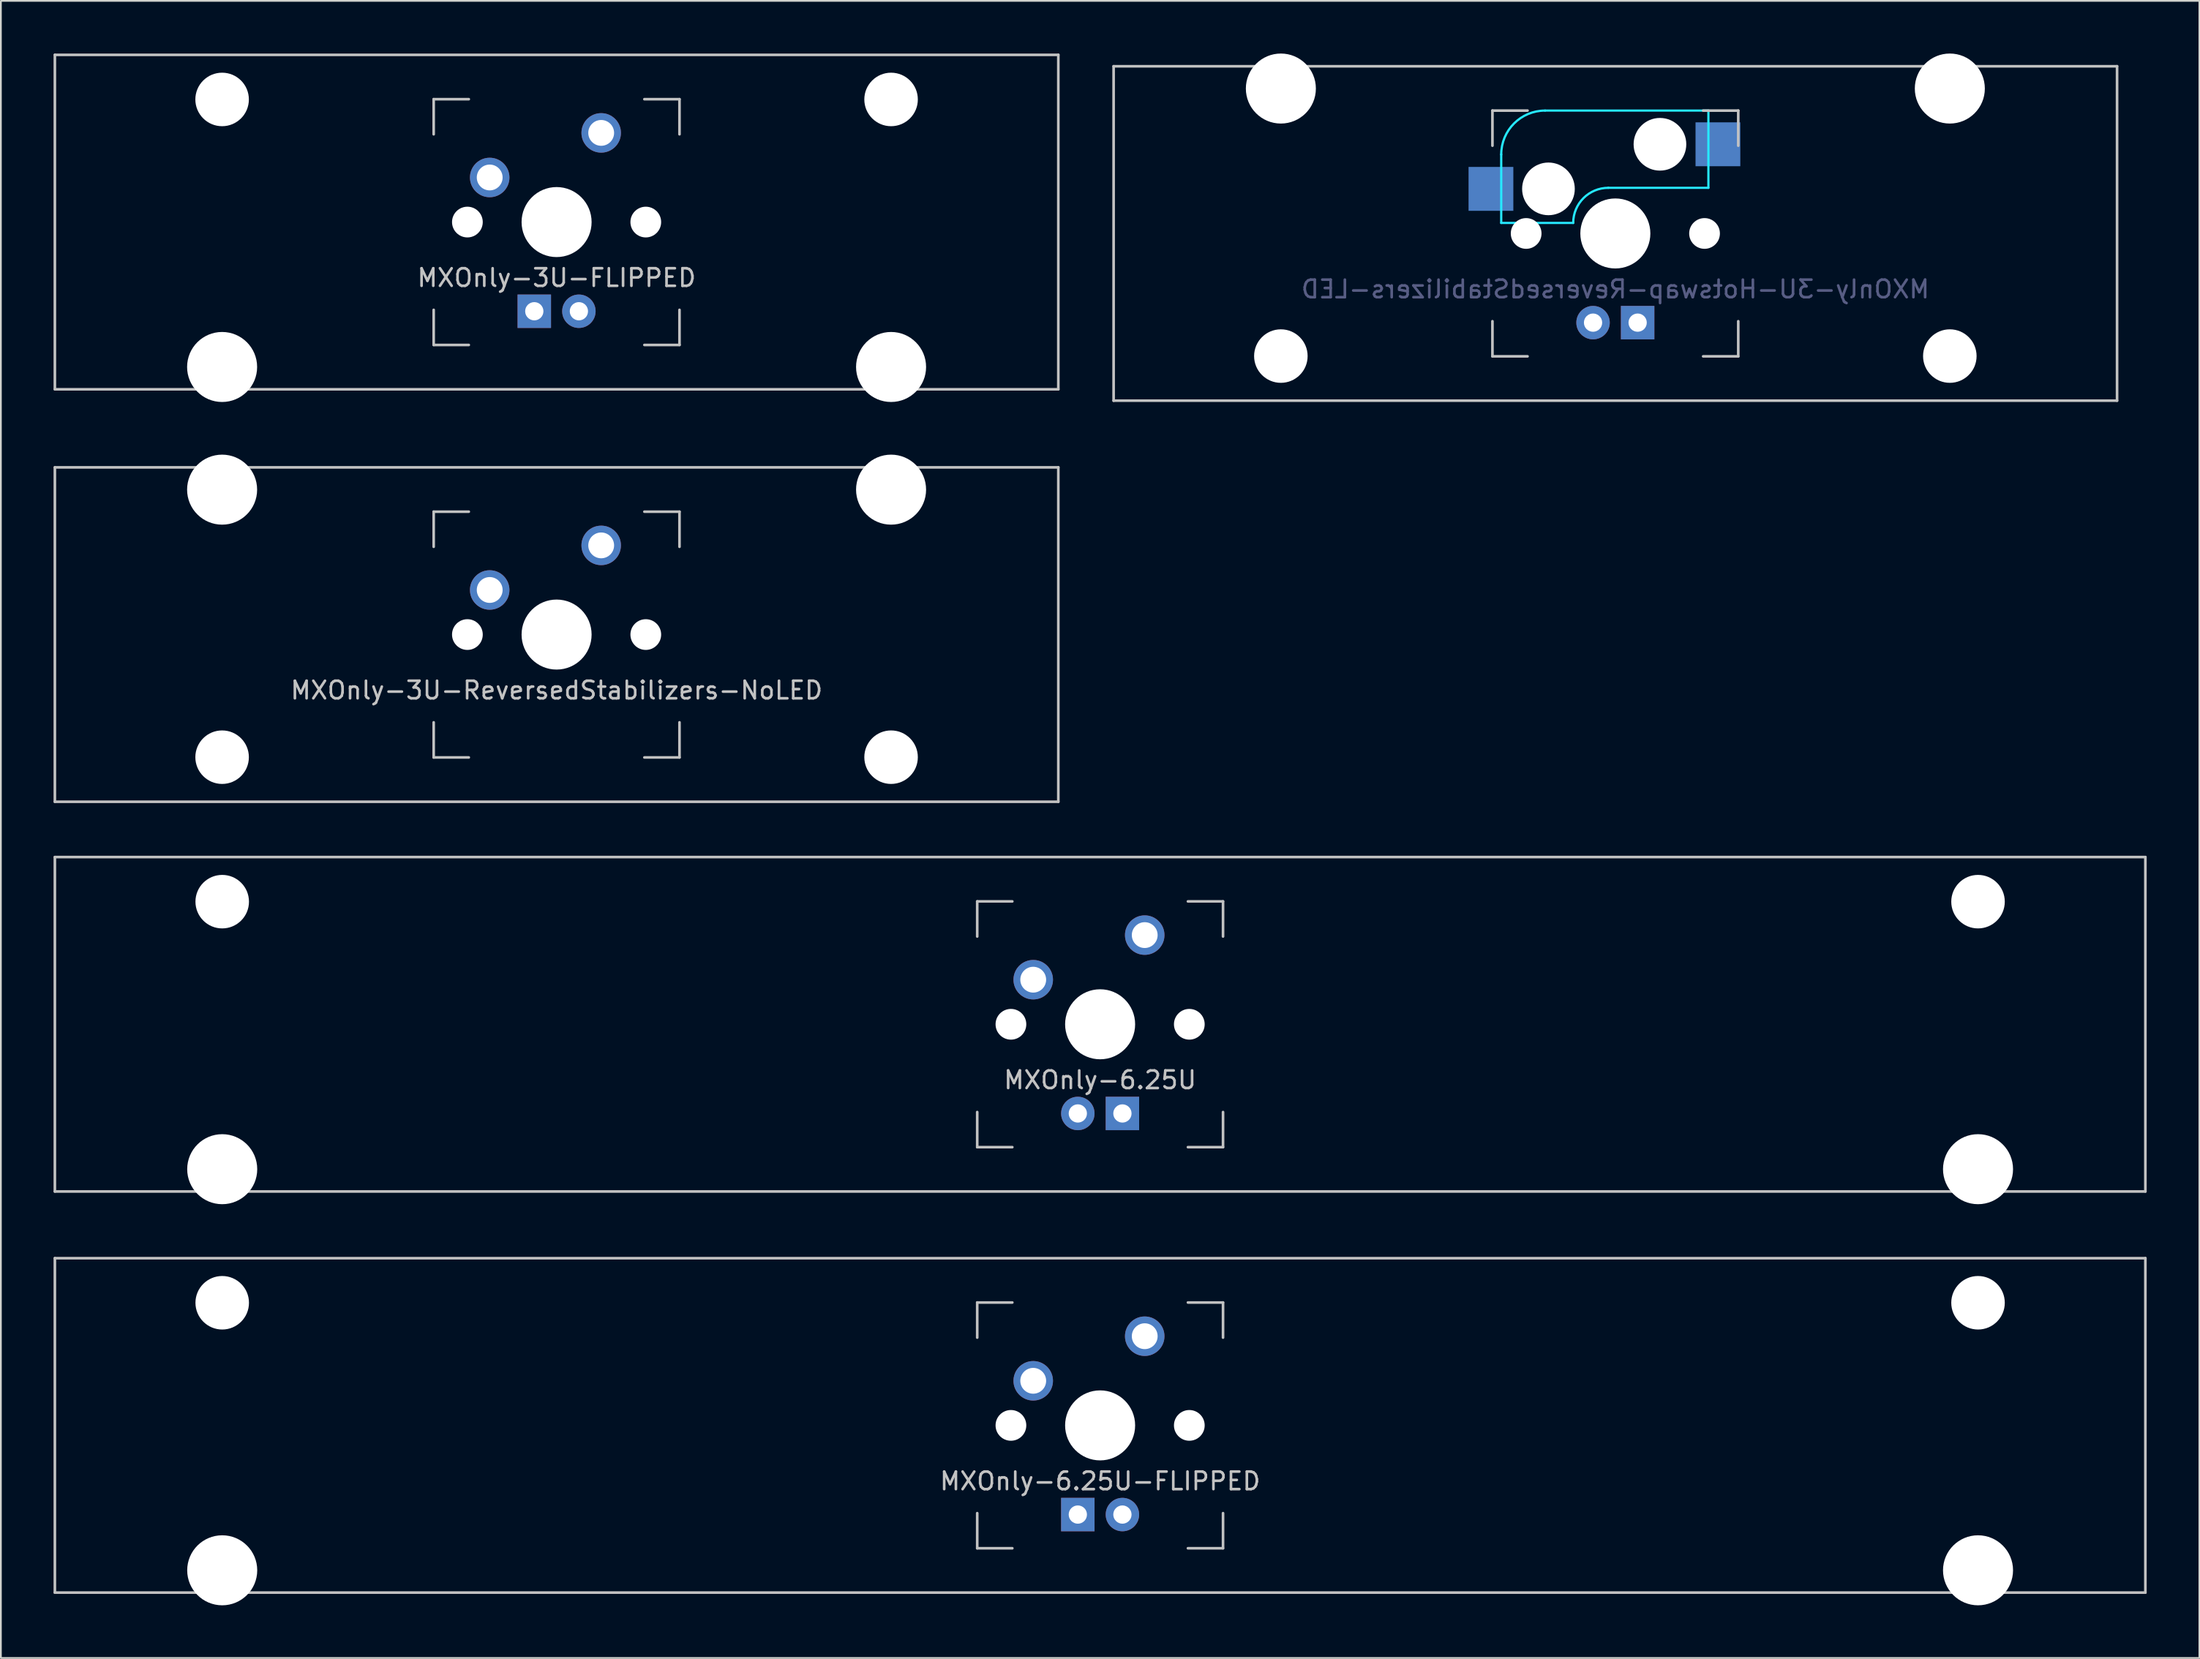
<source format=kicad_pcb>
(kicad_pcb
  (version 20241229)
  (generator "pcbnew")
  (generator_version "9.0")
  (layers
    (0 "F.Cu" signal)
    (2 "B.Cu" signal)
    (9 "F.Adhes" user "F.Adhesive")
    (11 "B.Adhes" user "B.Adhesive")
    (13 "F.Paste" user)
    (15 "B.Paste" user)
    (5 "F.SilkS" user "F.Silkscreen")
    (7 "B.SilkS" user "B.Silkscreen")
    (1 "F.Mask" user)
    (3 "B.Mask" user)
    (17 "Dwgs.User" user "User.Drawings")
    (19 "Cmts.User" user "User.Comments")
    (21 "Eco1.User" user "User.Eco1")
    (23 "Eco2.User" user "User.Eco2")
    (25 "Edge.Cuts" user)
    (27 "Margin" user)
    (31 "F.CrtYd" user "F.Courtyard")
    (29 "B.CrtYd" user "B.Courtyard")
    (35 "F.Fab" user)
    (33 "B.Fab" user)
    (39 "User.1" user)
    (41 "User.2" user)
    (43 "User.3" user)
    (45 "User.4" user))
  (footprint "MXOnly-6.25U"
    (layer "F.Cu")
    (at 59.606 55.298)
    (property "Reference" "MXOnly-6.25U" (at 0 3.175 0) (layer "Dwgs.User") (effects (font (size 1 1) (thickness 0.15))))
    (attr through_hole)
    (fp_line (start -59.531 -9.525) (end 59.531 -9.525) (stroke (width 0.15) (type solid)) (layer "Dwgs.User"))
    (fp_line (start -59.531 9.525) (end -59.531 -9.525) (stroke (width 0.15) (type solid)) (layer "Dwgs.User"))
    (fp_line (start -59.531 9.525) (end 59.531 9.525) (stroke (width 0.15) (type solid)) (layer "Dwgs.User"))
    (fp_line (start -7 -7) (end -7 -5) (stroke (width 0.15) (type solid)) (layer "Dwgs.User"))
    (fp_line (start -7 5) (end -7 7) (stroke (width 0.15) (type solid)) (layer "Dwgs.User"))
    (fp_line (start -7 7) (end -5 7) (stroke (width 0.15) (type solid)) (layer "Dwgs.User"))
    (fp_line (start -5 -7) (end -7 -7) (stroke (width 0.15) (type solid)) (layer "Dwgs.User"))
    (fp_line (start 5 -7) (end 7 -7) (stroke (width 0.15) (type solid)) (layer "Dwgs.User"))
    (fp_line (start 5 7) (end 7 7) (stroke (width 0.15) (type solid)) (layer "Dwgs.User"))
    (fp_line (start 7 -7) (end 7 -5) (stroke (width 0.15) (type solid)) (layer "Dwgs.User"))
    (fp_line (start 7 7) (end 7 5) (stroke (width 0.15) (type solid)) (layer "Dwgs.User"))
    (fp_line (start 59.531 -9.525) (end 59.531 9.525) (stroke (width 0.15) (type solid)) (layer "Dwgs.User"))
    (pad "" np_thru_hole circle (at -50 -6.985) (size 3.048 3.048) (drill 3.048) (layers "*.Cu" "*.Mask"))
    (pad "" np_thru_hole circle (at -50 8.255) (size 3.988 3.988) (drill 3.988) (layers "*.Cu" "*.Mask"))
    (pad "" np_thru_hole circle (at -5.08 0 48.1) (size 1.75 1.75) (drill 1.75) (layers "*.Cu" "*.Mask"))
    (pad "" np_thru_hole circle (at 0 0) (size 3.988 3.988) (drill 3.988) (layers "*.Cu" "*.Mask"))
    (pad "" np_thru_hole circle (at 5.08 0 48.1) (size 1.75 1.75) (drill 1.75) (layers "*.Cu" "*.Mask"))
    (pad "" np_thru_hole circle (at 50 -6.985) (size 3.048 3.048) (drill 3.048) (layers "*.Cu" "*.Mask"))
    (pad "" np_thru_hole circle (at 50 8.255) (size 3.988 3.988) (drill 3.988) (layers "*.Cu" "*.Mask"))
    (pad "1" thru_hole circle (at -3.81 -2.54) (size 2.25 2.25) (drill 1.47) (layers "*.Cu" "B.Mask"))
    (pad "2" thru_hole circle (at 2.54 -5.08) (size 2.25 2.25) (drill 1.47) (layers "*.Cu" "B.Mask"))
    (pad "3" thru_hole circle (at -1.27 5.08) (size 1.905 1.905) (drill 1.04) (layers "*.Cu" "B.Mask"))
    (pad "4" thru_hole rect (at 1.27 5.08) (size 1.905 1.905) (drill 1.04) (layers "*.Cu" "B.Mask")))
  (footprint "MXOnly-3U-Hotswap-ReversedStabilizers-LED"
    (layer "F.Cu")
    (at 88.95 10.249)
    (property "Reference" "MXOnly-3U-Hotswap-ReversedStabilizers-LED" (at 0 3.175 0) (layer "B.Fab") (effects (font (size 1 1) (thickness 0.15)) (justify mirror)))
    (attr through_hole)
    (fp_line (start -28.575 -9.525) (end 28.575 -9.525) (stroke (width 0.15) (type solid)) (layer "Dwgs.User"))
    (fp_line (start -28.575 9.525) (end -28.575 -9.525) (stroke (width 0.15) (type solid)) (layer "Dwgs.User"))
    (fp_line (start -28.575 9.525) (end 28.575 9.525) (stroke (width 0.15) (type solid)) (layer "Dwgs.User"))
    (fp_line (start -7 -7) (end -7 -5) (stroke (width 0.15) (type solid)) (layer "Dwgs.User"))
    (fp_line (start -7 5) (end -7 7) (stroke (width 0.15) (type solid)) (layer "Dwgs.User"))
    (fp_line (start -7 7) (end -5 7) (stroke (width 0.15) (type solid)) (layer "Dwgs.User"))
    (fp_line (start -5 -7) (end -7 -7) (stroke (width 0.15) (type solid)) (layer "Dwgs.User"))
    (fp_line (start 5 -7) (end 7 -7) (stroke (width 0.15) (type solid)) (layer "Dwgs.User"))
    (fp_line (start 5 7) (end 7 7) (stroke (width 0.15) (type solid)) (layer "Dwgs.User"))
    (fp_line (start 7 -7) (end 7 -5) (stroke (width 0.15) (type solid)) (layer "Dwgs.User"))
    (fp_line (start 7 7) (end 7 5) (stroke (width 0.15) (type solid)) (layer "Dwgs.User"))
    (fp_line (start 28.575 -9.525) (end 28.575 9.525) (stroke (width 0.15) (type solid)) (layer "Dwgs.User"))
    (fp_line (start -6.5 -4.5) (end -6.5 -0.6) (stroke (width 0.127) (type solid)) (layer "B.CrtYd"))
    (fp_line (start -6.5 -0.6) (end -2.4 -0.6) (stroke (width 0.127) (type solid)) (layer "B.CrtYd"))
    (fp_line (start -0.4 -2.6) (end 5.3 -2.6) (stroke (width 0.127) (type solid)) (layer "B.CrtYd"))
    (fp_line (start 5.3 -7) (end -4 -7) (stroke (width 0.127) (type solid)) (layer "B.CrtYd"))
    (fp_line (start 5.3 -7) (end 5.3 -2.6) (stroke (width 0.127) (type solid)) (layer "B.CrtYd"))
    (fp_arc (start -6.5 -4.5) (mid -5.767767 -6.267767) (end -4 -7) (stroke (width 0.127) (type solid)) (layer "B.CrtYd"))
    (fp_arc (start -2.4 -0.6) (mid -1.814214 -2.014214) (end -0.4 -2.6) (stroke (width 0.127) (type solid)) (layer "B.CrtYd"))
    (pad "" np_thru_hole circle (at -19.05 -8.255) (size 3.988 3.988) (drill 3.988) (layers "*.Cu" "*.Mask"))
    (pad "" np_thru_hole circle (at -19.05 6.985) (size 3.048 3.048) (drill 3.048) (layers "*.Cu" "*.Mask"))
    (pad "" np_thru_hole circle (at -5.08 0 48.1) (size 1.75 1.75) (drill 1.75) (layers "*.Cu" "*.Mask"))
    (pad "" np_thru_hole circle (at -3.81 -2.54) (size 3 3) (drill 3) (layers "*.Cu" "*.Mask"))
    (pad "" np_thru_hole circle (at 0 0) (size 3.988 3.988) (drill 3.988) (layers "*.Cu" "*.Mask"))
    (pad "" np_thru_hole circle (at 2.54 -5.08) (size 3 3) (drill 3) (layers "*.Cu" "*.Mask"))
    (pad "" np_thru_hole circle (at 5.08 0 48.1) (size 1.75 1.75) (drill 1.75) (layers "*.Cu" "*.Mask"))
    (pad "" np_thru_hole circle (at 19.05 -8.255) (size 3.988 3.988) (drill 3.988) (layers "*.Cu" "*.Mask"))
    (pad "" np_thru_hole circle (at 19.05 6.985) (size 3.048 3.048) (drill 3.048) (layers "*.Cu" "*.Mask"))
    (pad "1" smd rect (at -7.085 -2.54) (size 2.55 2.5) (layers "B.Cu" "B.Mask" "B.Paste"))
    (pad "2" smd rect (at 5.842 -5.08) (size 2.55 2.5) (layers "B.Cu" "B.Mask" "B.Paste"))
    (pad "3" thru_hole circle (at -1.27 5.08 180) (size 1.905 1.905) (drill 1.04) (layers "*.Cu" "B.Mask"))
    (pad "4" thru_hole rect (at 1.27 5.08 180) (size 1.905 1.905) (drill 1.04) (layers "*.Cu" "B.Mask")))
  (footprint "MXOnly-3U-ReversedStabilizers-NoLED"
    (layer "F.Cu")
    (at 28.65 33.098)
    (property "Reference" "MXOnly-3U-ReversedStabilizers-NoLED" (at 0 3.175 0) (layer "Dwgs.User") (effects (font (size 1 1) (thickness 0.15))))
    (attr through_hole)
    (fp_line (start -28.575 -9.525) (end 28.575 -9.525) (stroke (width 0.15) (type solid)) (layer "Dwgs.User"))
    (fp_line (start -28.575 9.525) (end -28.575 -9.525) (stroke (width 0.15) (type solid)) (layer "Dwgs.User"))
    (fp_line (start -28.575 9.525) (end 28.575 9.525) (stroke (width 0.15) (type solid)) (layer "Dwgs.User"))
    (fp_line (start -7 -7) (end -7 -5) (stroke (width 0.15) (type solid)) (layer "Dwgs.User"))
    (fp_line (start -7 5) (end -7 7) (stroke (width 0.15) (type solid)) (layer "Dwgs.User"))
    (fp_line (start -7 7) (end -5 7) (stroke (width 0.15) (type solid)) (layer "Dwgs.User"))
    (fp_line (start -5 -7) (end -7 -7) (stroke (width 0.15) (type solid)) (layer "Dwgs.User"))
    (fp_line (start 5 -7) (end 7 -7) (stroke (width 0.15) (type solid)) (layer "Dwgs.User"))
    (fp_line (start 5 7) (end 7 7) (stroke (width 0.15) (type solid)) (layer "Dwgs.User"))
    (fp_line (start 7 -7) (end 7 -5) (stroke (width 0.15) (type solid)) (layer "Dwgs.User"))
    (fp_line (start 7 7) (end 7 5) (stroke (width 0.15) (type solid)) (layer "Dwgs.User"))
    (fp_line (start 28.575 -9.525) (end 28.575 9.525) (stroke (width 0.15) (type solid)) (layer "Dwgs.User"))
    (pad "" np_thru_hole circle (at -19.05 -8.255) (size 3.988 3.988) (drill 3.988) (layers "*.Cu" "*.Mask"))
    (pad "" np_thru_hole circle (at -19.05 6.985) (size 3.048 3.048) (drill 3.048) (layers "*.Cu" "*.Mask"))
    (pad "" np_thru_hole circle (at -5.08 0 48.1) (size 1.75 1.75) (drill 1.75) (layers "*.Cu" "*.Mask"))
    (pad "" np_thru_hole circle (at 0 0) (size 3.988 3.988) (drill 3.988) (layers "*.Cu" "*.Mask"))
    (pad "" np_thru_hole circle (at 5.08 0 48.1) (size 1.75 1.75) (drill 1.75) (layers "*.Cu" "*.Mask"))
    (pad "" np_thru_hole circle (at 19.05 -8.255) (size 3.988 3.988) (drill 3.988) (layers "*.Cu" "*.Mask"))
    (pad "" np_thru_hole circle (at 19.05 6.985) (size 3.048 3.048) (drill 3.048) (layers "*.Cu" "*.Mask"))
    (pad "1" thru_hole circle (at -3.81 -2.54 48.1) (size 2.25 2.25) (drill 1.47) (layers "*.Cu" "B.Mask"))
    (pad "2" thru_hole circle (at 2.54 -5.08) (size 2.25 2.25) (drill 1.47) (layers "*.Cu" "B.Mask")))
  (footprint "MXOnly-6.25U-FLIPPED"
    (layer "F.Cu")
    (at 59.606 78.147)
    (property "Reference" "MXOnly-6.25U-FLIPPED" (at 0 3.175 0) (layer "Dwgs.User") (effects (font (size 1 1) (thickness 0.15))))
    (attr through_hole)
    (fp_line (start -59.531 -9.525) (end 59.531 -9.525) (stroke (width 0.15) (type solid)) (layer "Dwgs.User"))
    (fp_line (start -59.531 9.525) (end -59.531 -9.525) (stroke (width 0.15) (type solid)) (layer "Dwgs.User"))
    (fp_line (start -59.531 9.525) (end 59.531 9.525) (stroke (width 0.15) (type solid)) (layer "Dwgs.User"))
    (fp_line (start -7 -7) (end -7 -5) (stroke (width 0.15) (type solid)) (layer "Dwgs.User"))
    (fp_line (start -7 5) (end -7 7) (stroke (width 0.15) (type solid)) (layer "Dwgs.User"))
    (fp_line (start -7 7) (end -5 7) (stroke (width 0.15) (type solid)) (layer "Dwgs.User"))
    (fp_line (start -5 -7) (end -7 -7) (stroke (width 0.15) (type solid)) (layer "Dwgs.User"))
    (fp_line (start 5 -7) (end 7 -7) (stroke (width 0.15) (type solid)) (layer "Dwgs.User"))
    (fp_line (start 5 7) (end 7 7) (stroke (width 0.15) (type solid)) (layer "Dwgs.User"))
    (fp_line (start 7 -7) (end 7 -5) (stroke (width 0.15) (type solid)) (layer "Dwgs.User"))
    (fp_line (start 7 7) (end 7 5) (stroke (width 0.15) (type solid)) (layer "Dwgs.User"))
    (fp_line (start 59.531 -9.525) (end 59.531 9.525) (stroke (width 0.15) (type solid)) (layer "Dwgs.User"))
    (pad "" np_thru_hole circle (at -50 -6.985) (size 3.048 3.048) (drill 3.048) (layers "*.Cu" "*.Mask"))
    (pad "" np_thru_hole circle (at -50 8.255) (size 3.988 3.988) (drill 3.988) (layers "*.Cu" "*.Mask"))
    (pad "" np_thru_hole circle (at -5.08 0 48.1) (size 1.75 1.75) (drill 1.75) (layers "*.Cu" "*.Mask"))
    (pad "" np_thru_hole circle (at 0 0) (size 3.988 3.988) (drill 3.988) (layers "*.Cu" "*.Mask"))
    (pad "" np_thru_hole circle (at 5.08 0 48.1) (size 1.75 1.75) (drill 1.75) (layers "*.Cu" "*.Mask"))
    (pad "" np_thru_hole circle (at 50 -6.985) (size 3.048 3.048) (drill 3.048) (layers "*.Cu" "*.Mask"))
    (pad "" np_thru_hole circle (at 50 8.255) (size 3.988 3.988) (drill 3.988) (layers "*.Cu" "*.Mask"))
    (pad "1" thru_hole circle (at -3.81 -2.54) (size 2.25 2.25) (drill 1.47) (layers "*.Cu" "B.Mask"))
    (pad "2" thru_hole circle (at 2.54 -5.08) (size 2.25 2.25) (drill 1.47) (layers "*.Cu" "B.Mask"))
    (pad "3" thru_hole circle (at 1.27 5.08) (size 1.905 1.905) (drill 1.04) (layers "*.Cu" "B.Mask"))
    (pad "4" thru_hole rect (at -1.27 5.08) (size 1.905 1.905) (drill 1.04) (layers "*.Cu" "B.Mask")))
  (footprint "MXOnly-3U-FLIPPED"
    (layer "F.Cu")
    (at 28.65 9.6)
    (property "Reference" "MXOnly-3U-FLIPPED" (at 0 3.175 0) (layer "Dwgs.User") (effects (font (size 1 1) (thickness 0.15))))
    (attr through_hole)
    (fp_line (start -28.575 -9.525) (end 28.575 -9.525) (stroke (width 0.15) (type solid)) (layer "Dwgs.User"))
    (fp_line (start -28.575 9.525) (end -28.575 -9.525) (stroke (width 0.15) (type solid)) (layer "Dwgs.User"))
    (fp_line (start -28.575 9.525) (end 28.575 9.525) (stroke (width 0.15) (type solid)) (layer "Dwgs.User"))
    (fp_line (start -7 -7) (end -7 -5) (stroke (width 0.15) (type solid)) (layer "Dwgs.User"))
    (fp_line (start -7 5) (end -7 7) (stroke (width 0.15) (type solid)) (layer "Dwgs.User"))
    (fp_line (start -7 7) (end -5 7) (stroke (width 0.15) (type solid)) (layer "Dwgs.User"))
    (fp_line (start -5 -7) (end -7 -7) (stroke (width 0.15) (type solid)) (layer "Dwgs.User"))
    (fp_line (start 5 -7) (end 7 -7) (stroke (width 0.15) (type solid)) (layer "Dwgs.User"))
    (fp_line (start 5 7) (end 7 7) (stroke (width 0.15) (type solid)) (layer "Dwgs.User"))
    (fp_line (start 7 -7) (end 7 -5) (stroke (width 0.15) (type solid)) (layer "Dwgs.User"))
    (fp_line (start 7 7) (end 7 5) (stroke (width 0.15) (type solid)) (layer "Dwgs.User"))
    (fp_line (start 28.575 -9.525) (end 28.575 9.525) (stroke (width 0.15) (type solid)) (layer "Dwgs.User"))
    (pad "" np_thru_hole circle (at -19.05 -6.985) (size 3.048 3.048) (drill 3.048) (layers "*.Cu" "*.Mask"))
    (pad "" np_thru_hole circle (at -19.05 8.255) (size 3.988 3.988) (drill 3.988) (layers "*.Cu" "*.Mask"))
    (pad "" np_thru_hole circle (at -5.08 0 48.1) (size 1.75 1.75) (drill 1.75) (layers "*.Cu" "*.Mask"))
    (pad "" np_thru_hole circle (at 0 0) (size 3.988 3.988) (drill 3.988) (layers "*.Cu" "*.Mask"))
    (pad "" np_thru_hole circle (at 5.08 0 48.1) (size 1.75 1.75) (drill 1.75) (layers "*.Cu" "*.Mask"))
    (pad "" np_thru_hole circle (at 19.05 -6.985) (size 3.048 3.048) (drill 3.048) (layers "*.Cu" "*.Mask"))
    (pad "" np_thru_hole circle (at 19.05 8.255) (size 3.988 3.988) (drill 3.988) (layers "*.Cu" "*.Mask"))
    (pad "1" thru_hole circle (at -3.81 -2.54 48.1) (size 2.25 2.25) (drill 1.47) (layers "*.Cu" "B.Mask"))
    (pad "2" thru_hole circle (at 2.54 -5.08) (size 2.25 2.25) (drill 1.47) (layers "*.Cu" "B.Mask"))
    (pad "3" thru_hole circle (at 1.27 5.08) (size 1.905 1.905) (drill 1.04) (layers "*.Cu" "B.Mask"))
    (pad "4" thru_hole rect (at -1.27 5.08) (size 1.905 1.905) (drill 1.04) (layers "*.Cu" "B.Mask")))
  (gr_rect
    (start -3 -3)
    (end 122.213 91.396)
    (stroke (width 0.1) (type default))
    (fill no)
    (layer "Edge.Cuts")))
</source>
